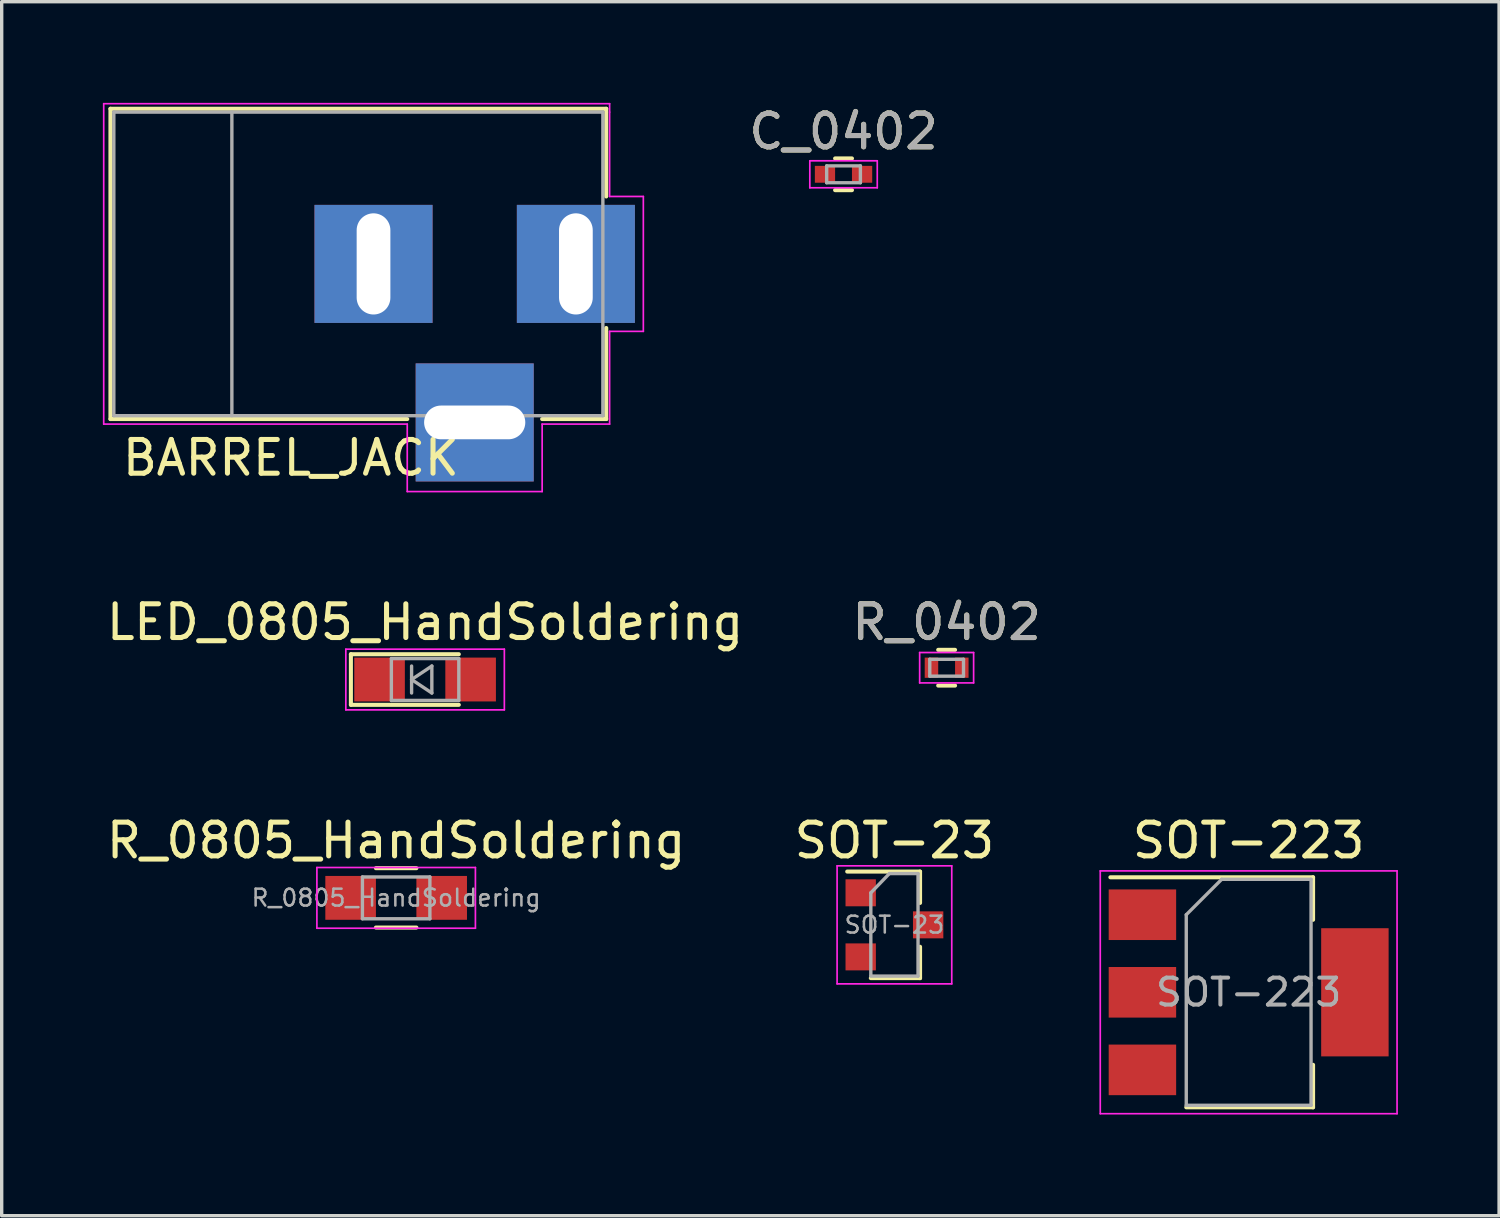
<source format=kicad_pcb>
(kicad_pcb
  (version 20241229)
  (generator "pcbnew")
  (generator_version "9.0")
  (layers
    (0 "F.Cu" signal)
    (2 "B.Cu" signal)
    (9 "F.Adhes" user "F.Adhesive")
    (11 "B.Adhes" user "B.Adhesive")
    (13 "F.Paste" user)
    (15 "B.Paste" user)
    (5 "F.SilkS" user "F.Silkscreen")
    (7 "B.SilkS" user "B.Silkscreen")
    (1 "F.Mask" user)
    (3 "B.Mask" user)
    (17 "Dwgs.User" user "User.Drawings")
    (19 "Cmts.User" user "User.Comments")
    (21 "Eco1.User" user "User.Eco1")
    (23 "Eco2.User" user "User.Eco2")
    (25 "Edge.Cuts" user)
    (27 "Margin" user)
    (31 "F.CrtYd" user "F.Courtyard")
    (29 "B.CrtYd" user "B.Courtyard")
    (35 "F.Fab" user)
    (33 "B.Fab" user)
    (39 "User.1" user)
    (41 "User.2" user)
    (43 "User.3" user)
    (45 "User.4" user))
  (footprint "BARREL_JACK"
    (layer "F.Cu")
    (at 14.025 4.775)
    (property "Reference" "BARREL_JACK" (at -8.45 5.75 180) (layer "F.SilkS") (effects (font (size 1 1) (thickness 0.15))))
    (attr through_hole)
    (fp_line (start -13.8 -4.6) (end 0.9 -4.6) (stroke (width 0.12) (type solid)) (layer "F.SilkS"))
    (fp_line (start -13.8 4.6) (end -13.8 -4.6) (stroke (width 0.12) (type solid)) (layer "F.SilkS"))
    (fp_line (start -5 4.6) (end -13.8 4.6) (stroke (width 0.12) (type solid)) (layer "F.SilkS"))
    (fp_line (start 0.9 -4.6) (end 0.9 -2) (stroke (width 0.12) (type solid)) (layer "F.SilkS"))
    (fp_line (start 0.9 1.9) (end 0.9 4.6) (stroke (width 0.12) (type solid)) (layer "F.SilkS"))
    (fp_line (start 0.9 4.6) (end -1 4.6) (stroke (width 0.12) (type solid)) (layer "F.SilkS"))
    (fp_line (start -14 4.75) (end -14 -4.75) (stroke (width 0.05) (type solid)) (layer "F.CrtYd"))
    (fp_line (start -5 4.75) (end -14 4.75) (stroke (width 0.05) (type solid)) (layer "F.CrtYd"))
    (fp_line (start -5 6.75) (end -5 4.75) (stroke (width 0.05) (type solid)) (layer "F.CrtYd"))
    (fp_line (start -1 4.75) (end -1 6.75) (stroke (width 0.05) (type solid)) (layer "F.CrtYd"))
    (fp_line (start -1 6.75) (end -5 6.75) (stroke (width 0.05) (type solid)) (layer "F.CrtYd"))
    (fp_line (start 1 -4.75) (end -14 -4.75) (stroke (width 0.05) (type solid)) (layer "F.CrtYd"))
    (fp_line (start 1 -4.5) (end 1 -4.75) (stroke (width 0.05) (type solid)) (layer "F.CrtYd"))
    (fp_line (start 1 -4.5) (end 1 -2) (stroke (width 0.05) (type solid)) (layer "F.CrtYd"))
    (fp_line (start 1 -2) (end 2 -2) (stroke (width 0.05) (type solid)) (layer "F.CrtYd"))
    (fp_line (start 1 2) (end 1 4.75) (stroke (width 0.05) (type solid)) (layer "F.CrtYd"))
    (fp_line (start 1 4.75) (end -1 4.75) (stroke (width 0.05) (type solid)) (layer "F.CrtYd"))
    (fp_line (start 2 -2) (end 2 2) (stroke (width 0.05) (type solid)) (layer "F.CrtYd"))
    (fp_line (start 2 2) (end 1 2) (stroke (width 0.05) (type solid)) (layer "F.CrtYd"))
    (fp_line (start -13.7 -4.5) (end -13.7 4.5) (stroke (width 0.1) (type solid)) (layer "F.Fab"))
    (fp_line (start -13.7 4.5) (end 0.8 4.5) (stroke (width 0.1) (type solid)) (layer "F.Fab"))
    (fp_line (start -10.2 -4.5) (end -10.2 4.5) (stroke (width 0.1) (type solid)) (layer "F.Fab"))
    (fp_line (start 0.8 -4.5) (end -13.7 -4.5) (stroke (width 0.1) (type solid)) (layer "F.Fab"))
    (fp_line (start 0.8 4.5) (end 0.8 -4.5) (stroke (width 0.1) (type solid)) (layer "F.Fab"))
    (pad "1" thru_hole rect (at 0 0) (size 3.5 3.5) (drill oval 1 3) (layers "*.Cu" "*.Mask"))
    (pad "2" thru_hole rect (at -6 0) (size 3.5 3.5) (drill oval 1 3) (layers "*.Cu" "*.Mask"))
    (pad "3" thru_hole rect (at -3 4.7) (size 3.5 3.5) (drill oval 3 1) (layers "*.Cu" "*.Mask")))
  (footprint "LED_0805_HandSoldering"
    (layer "F.Cu")
    (at 9.554 17.098)
    (property "Reference" "LED_0805_HandSoldering" (at 0 -1.7 0) (layer "F.SilkS") (effects (font (size 1 1) (thickness 0.15))))
    (attr smd)
    (fp_line (start -2.2 -0.75) (end -2.2 0.75) (stroke (width 0.12) (type solid)) (layer "F.SilkS"))
    (fp_line (start -2.2 -0.75) (end 1 -0.75) (stroke (width 0.12) (type solid)) (layer "F.SilkS"))
    (fp_line (start 1 0.75) (end -2.2 0.75) (stroke (width 0.12) (type solid)) (layer "F.SilkS"))
    (fp_line (start -2.35 -0.9) (end -2.35 0.9) (stroke (width 0.05) (type solid)) (layer "F.CrtYd"))
    (fp_line (start -2.35 -0.9) (end 2.35 -0.9) (stroke (width 0.05) (type solid)) (layer "F.CrtYd"))
    (fp_line (start 2.35 0.9) (end -2.35 0.9) (stroke (width 0.05) (type solid)) (layer "F.CrtYd"))
    (fp_line (start 2.35 0.9) (end 2.35 -0.9) (stroke (width 0.05) (type solid)) (layer "F.CrtYd"))
    (fp_line (start -1 -0.62) (end 1 -0.62) (stroke (width 0.1) (type solid)) (layer "F.Fab"))
    (fp_line (start -1 0.62) (end -1 -0.62) (stroke (width 0.1) (type solid)) (layer "F.Fab"))
    (fp_line (start -0.4 -0.4) (end -0.4 0.4) (stroke (width 0.1) (type solid)) (layer "F.Fab"))
    (fp_line (start -0.4 0) (end 0.2 -0.4) (stroke (width 0.1) (type solid)) (layer "F.Fab"))
    (fp_line (start 0.2 -0.4) (end 0.2 0.4) (stroke (width 0.1) (type solid)) (layer "F.Fab"))
    (fp_line (start 0.2 0.4) (end -0.4 0) (stroke (width 0.1) (type solid)) (layer "F.Fab"))
    (fp_line (start 1 -0.62) (end 1 0.62) (stroke (width 0.1) (type solid)) (layer "F.Fab"))
    (fp_line (start 1 0.62) (end -1 0.62) (stroke (width 0.1) (type solid)) (layer "F.Fab"))
    (pad "1" smd rect (at -1.35 0) (size 1.5 1.3) (layers "F.Cu" "F.Mask" "F.Paste"))
    (pad "2" smd rect (at 1.35 0) (size 1.5 1.3) (layers "F.Cu" "F.Mask" "F.Paste")))
  (footprint "R_0805_HandSoldering"
    (layer "F.Cu")
    (at 8.696 23.572)
    (property "Reference" "R_0805_HandSoldering" (at 0 -1.7 0) (layer "F.SilkS") (effects (font (size 1 1) (thickness 0.15))))
    (attr smd)
    (fp_line (start -0.6 -0.88) (end 0.6 -0.88) (stroke (width 0.12) (type solid)) (layer "F.SilkS"))
    (fp_line (start 0.6 0.88) (end -0.6 0.88) (stroke (width 0.12) (type solid)) (layer "F.SilkS"))
    (fp_line (start -2.35 -0.9) (end -2.35 0.9) (stroke (width 0.05) (type solid)) (layer "F.CrtYd"))
    (fp_line (start -2.35 -0.9) (end 2.35 -0.9) (stroke (width 0.05) (type solid)) (layer "F.CrtYd"))
    (fp_line (start 2.35 0.9) (end -2.35 0.9) (stroke (width 0.05) (type solid)) (layer "F.CrtYd"))
    (fp_line (start 2.35 0.9) (end 2.35 -0.9) (stroke (width 0.05) (type solid)) (layer "F.CrtYd"))
    (fp_line (start -1 -0.62) (end 1 -0.62) (stroke (width 0.1) (type solid)) (layer "F.Fab"))
    (fp_line (start -1 0.62) (end -1 -0.62) (stroke (width 0.1) (type solid)) (layer "F.Fab"))
    (fp_line (start 1 -0.62) (end 1 0.62) (stroke (width 0.1) (type solid)) (layer "F.Fab"))
    (fp_line (start 1 0.62) (end -1 0.62) (stroke (width 0.1) (type solid)) (layer "F.Fab"))
    (fp_text user "${REFERENCE}" (at 0 0 0) (layer "F.Fab") (effects (font (size 0.5 0.5) (thickness 0.075))))
    (pad "1" smd rect (at -1.35 0) (size 1.5 1.3) (layers "F.Cu" "F.Mask" "F.Paste"))
    (pad "2" smd rect (at 1.35 0) (size 1.5 1.3) (layers "F.Cu" "F.Mask" "F.Paste")))
  (footprint "R_0402"
    (layer "F.Cu")
    (at 25.018 16.748)
    (property "Reference" "R_0402" (at 0 -1.35 0) (layer "F.SilkS") (effects (font (size 1 1) (thickness 0.15))))
    (attr smd)
    (fp_line (start -0.25 0.53) (end 0.25 0.53) (stroke (width 0.12) (type solid)) (layer "F.SilkS"))
    (fp_line (start 0.25 -0.53) (end -0.25 -0.53) (stroke (width 0.12) (type solid)) (layer "F.SilkS"))
    (fp_line (start -0.8 -0.45) (end -0.8 0.45) (stroke (width 0.05) (type solid)) (layer "F.CrtYd"))
    (fp_line (start -0.8 -0.45) (end 0.8 -0.45) (stroke (width 0.05) (type solid)) (layer "F.CrtYd"))
    (fp_line (start 0.8 0.45) (end -0.8 0.45) (stroke (width 0.05) (type solid)) (layer "F.CrtYd"))
    (fp_line (start 0.8 0.45) (end 0.8 -0.45) (stroke (width 0.05) (type solid)) (layer "F.CrtYd"))
    (fp_line (start -0.5 -0.25) (end 0.5 -0.25) (stroke (width 0.1) (type solid)) (layer "F.Fab"))
    (fp_line (start -0.5 0.25) (end -0.5 -0.25) (stroke (width 0.1) (type solid)) (layer "F.Fab"))
    (fp_line (start 0.5 -0.25) (end 0.5 0.25) (stroke (width 0.1) (type solid)) (layer "F.Fab"))
    (fp_line (start 0.5 0.25) (end -0.5 0.25) (stroke (width 0.1) (type solid)) (layer "F.Fab"))
    (fp_text user "${REFERENCE}" (at 0 -1.35 0) (layer "F.Fab") (effects (font (size 1 1) (thickness 0.15))))
    (pad "1" smd rect (at -0.45 0) (size 0.4 0.6) (layers "F.Cu" "F.Mask" "F.Paste"))
    (pad "2" smd rect (at 0.45 0) (size 0.4 0.6) (layers "F.Cu" "F.Mask" "F.Paste")))
  (footprint "SOT-223"
    (layer "F.Cu")
    (at 33.973 26.372)
    (property "Reference" "SOT-223" (at 0 -4.5 0) (layer "F.SilkS") (effects (font (size 1 1) (thickness 0.15))))
    (attr smd)
    (fp_line (start -4.1 -3.41) (end 1.91 -3.41) (stroke (width 0.12) (type solid)) (layer "F.SilkS"))
    (fp_line (start -1.85 3.41) (end 1.91 3.41) (stroke (width 0.12) (type solid)) (layer "F.SilkS"))
    (fp_line (start 1.91 -3.41) (end 1.91 -2.15) (stroke (width 0.12) (type solid)) (layer "F.SilkS"))
    (fp_line (start 1.91 3.41) (end 1.91 2.15) (stroke (width 0.12) (type solid)) (layer "F.SilkS"))
    (fp_line (start -4.4 -3.6) (end -4.4 3.6) (stroke (width 0.05) (type solid)) (layer "F.CrtYd"))
    (fp_line (start -4.4 3.6) (end 4.4 3.6) (stroke (width 0.05) (type solid)) (layer "F.CrtYd"))
    (fp_line (start 4.4 -3.6) (end -4.4 -3.6) (stroke (width 0.05) (type solid)) (layer "F.CrtYd"))
    (fp_line (start 4.4 3.6) (end 4.4 -3.6) (stroke (width 0.05) (type solid)) (layer "F.CrtYd"))
    (fp_line (start -1.85 -2.3) (end -1.85 3.35) (stroke (width 0.1) (type solid)) (layer "F.Fab"))
    (fp_line (start -1.85 -2.3) (end -0.8 -3.35) (stroke (width 0.1) (type solid)) (layer "F.Fab"))
    (fp_line (start -1.85 3.35) (end 1.85 3.35) (stroke (width 0.1) (type solid)) (layer "F.Fab"))
    (fp_line (start -0.8 -3.35) (end 1.85 -3.35) (stroke (width 0.1) (type solid)) (layer "F.Fab"))
    (fp_line (start 1.85 -3.35) (end 1.85 3.35) (stroke (width 0.1) (type solid)) (layer "F.Fab"))
    (fp_text user "${REFERENCE}" (at 0 0 0) (layer "F.Fab") (effects (font (size 0.8 0.8) (thickness 0.12))))
    (pad "1" smd rect (at -3.15 -2.3) (size 2 1.5) (layers "F.Cu" "F.Mask" "F.Paste"))
    (pad "2" smd rect (at -3.15 0) (size 2 1.5) (layers "F.Cu" "F.Mask" "F.Paste"))
    (pad "3" smd rect (at -3.15 2.3) (size 2 1.5) (layers "F.Cu" "F.Mask" "F.Paste"))
    (pad "4" smd rect (at 3.15 0) (size 2 3.8) (layers "F.Cu" "F.Mask" "F.Paste")))
  (footprint "C_0402"
    (layer "F.Cu")
    (at 21.961 2.118)
    (property "Reference" "C_0402" (at 0 -1.27 0) (layer "F.SilkS") (effects (font (size 1 1) (thickness 0.15))))
    (attr smd)
    (fp_line (start -0.25 0.47) (end 0.25 0.47) (stroke (width 0.12) (type solid)) (layer "F.SilkS"))
    (fp_line (start 0.25 -0.47) (end -0.25 -0.47) (stroke (width 0.12) (type solid)) (layer "F.SilkS"))
    (fp_line (start -1 -0.4) (end -1 0.4) (stroke (width 0.05) (type solid)) (layer "F.CrtYd"))
    (fp_line (start -1 -0.4) (end 1 -0.4) (stroke (width 0.05) (type solid)) (layer "F.CrtYd"))
    (fp_line (start 1 0.4) (end -1 0.4) (stroke (width 0.05) (type solid)) (layer "F.CrtYd"))
    (fp_line (start 1 0.4) (end 1 -0.4) (stroke (width 0.05) (type solid)) (layer "F.CrtYd"))
    (fp_line (start -0.5 -0.25) (end 0.5 -0.25) (stroke (width 0.1) (type solid)) (layer "F.Fab"))
    (fp_line (start -0.5 0.25) (end -0.5 -0.25) (stroke (width 0.1) (type solid)) (layer "F.Fab"))
    (fp_line (start 0.5 -0.25) (end 0.5 0.25) (stroke (width 0.1) (type solid)) (layer "F.Fab"))
    (fp_line (start 0.5 0.25) (end -0.5 0.25) (stroke (width 0.1) (type solid)) (layer "F.Fab"))
    (fp_text user "${REFERENCE}" (at 0 -1.27 0) (layer "F.Fab") (effects (font (size 1 1) (thickness 0.15))))
    (pad "1" smd rect (at -0.55 0) (size 0.6 0.5) (layers "F.Cu" "F.Mask" "F.Paste"))
    (pad "2" smd rect (at 0.55 0) (size 0.6 0.5) (layers "F.Cu" "F.Mask" "F.Paste")))
  (footprint "SOT-23"
    (layer "F.Cu")
    (at 23.47 24.372)
    (property "Reference" "SOT-23" (at 0 -2.5 0) (layer "F.SilkS") (effects (font (size 1 1) (thickness 0.15))))
    (attr smd)
    (fp_line (start 0.76 -1.58) (end -1.4 -1.58) (stroke (width 0.12) (type solid)) (layer "F.SilkS"))
    (fp_line (start 0.76 -1.58) (end 0.76 -0.65) (stroke (width 0.12) (type solid)) (layer "F.SilkS"))
    (fp_line (start 0.76 1.58) (end -0.7 1.58) (stroke (width 0.12) (type solid)) (layer "F.SilkS"))
    (fp_line (start 0.76 1.58) (end 0.76 0.65) (stroke (width 0.12) (type solid)) (layer "F.SilkS"))
    (fp_line (start -1.7 -1.75) (end 1.7 -1.75) (stroke (width 0.05) (type solid)) (layer "F.CrtYd"))
    (fp_line (start -1.7 1.75) (end -1.7 -1.75) (stroke (width 0.05) (type solid)) (layer "F.CrtYd"))
    (fp_line (start 1.7 -1.75) (end 1.7 1.75) (stroke (width 0.05) (type solid)) (layer "F.CrtYd"))
    (fp_line (start 1.7 1.75) (end -1.7 1.75) (stroke (width 0.05) (type solid)) (layer "F.CrtYd"))
    (fp_line (start -0.7 -0.95) (end -0.7 1.5) (stroke (width 0.1) (type solid)) (layer "F.Fab"))
    (fp_line (start -0.7 -0.95) (end -0.15 -1.52) (stroke (width 0.1) (type solid)) (layer "F.Fab"))
    (fp_line (start -0.7 1.52) (end 0.7 1.52) (stroke (width 0.1) (type solid)) (layer "F.Fab"))
    (fp_line (start -0.15 -1.52) (end 0.7 -1.52) (stroke (width 0.1) (type solid)) (layer "F.Fab"))
    (fp_line (start 0.7 -1.52) (end 0.7 1.52) (stroke (width 0.1) (type solid)) (layer "F.Fab"))
    (fp_text user "${REFERENCE}" (at 0 0 0) (layer "F.Fab") (effects (font (size 0.5 0.5) (thickness 0.075))))
    (pad "1" smd rect (at -1 -0.95) (size 0.9 0.8) (layers "F.Cu" "F.Mask" "F.Paste"))
    (pad "2" smd rect (at -1 0.95) (size 0.9 0.8) (layers "F.Cu" "F.Mask" "F.Paste"))
    (pad "3" smd rect (at 1 0) (size 0.9 0.8) (layers "F.Cu" "F.Mask" "F.Paste")))
  (gr_rect
    (start -3 -3)
    (end 41.398 32.996)
    (stroke (width 0.1) (type default))
    (fill no)
    (layer "Edge.Cuts")))
</source>
